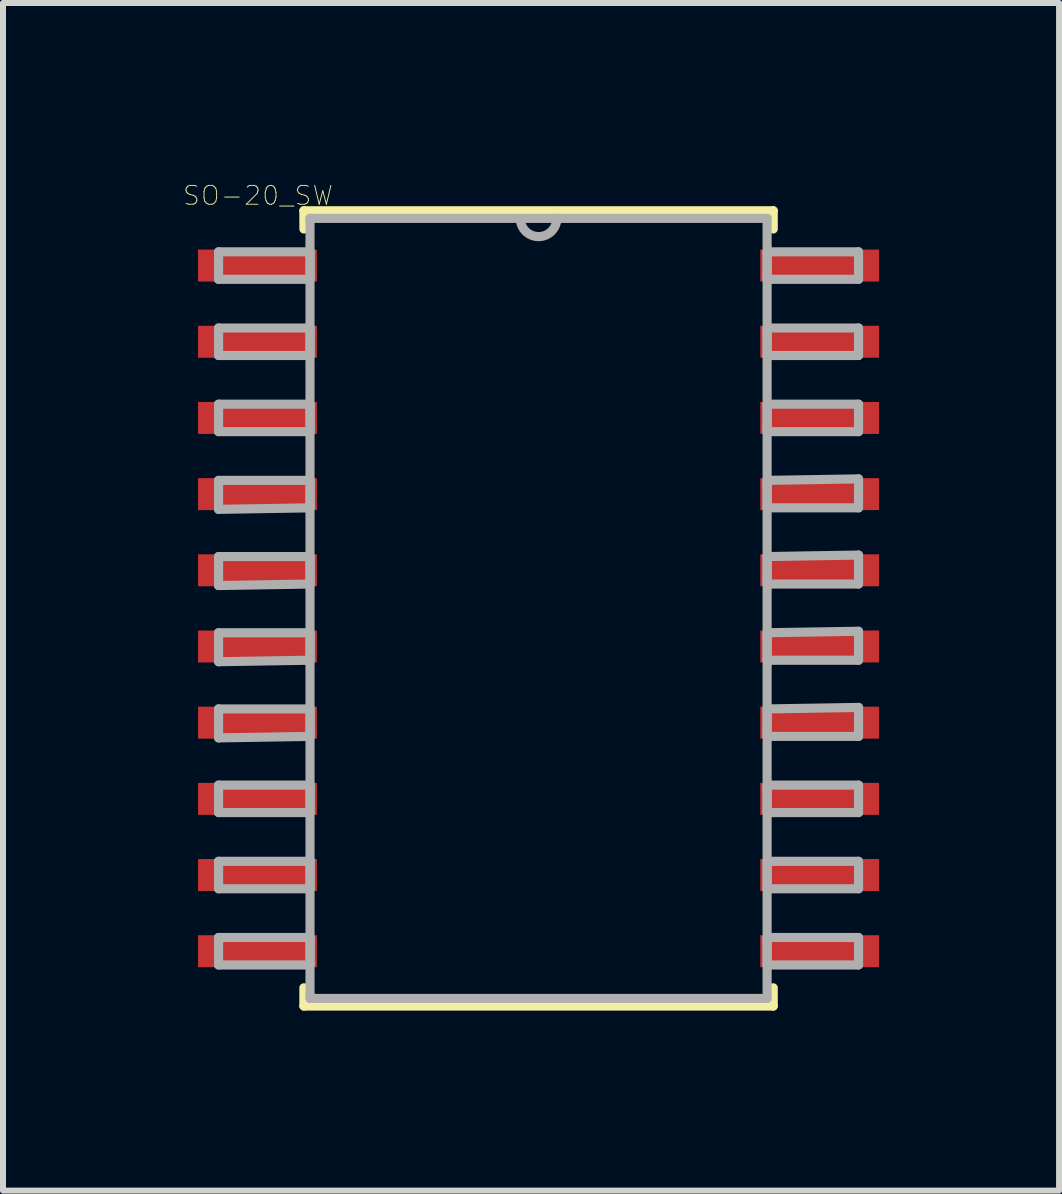
<source format=kicad_pcb>
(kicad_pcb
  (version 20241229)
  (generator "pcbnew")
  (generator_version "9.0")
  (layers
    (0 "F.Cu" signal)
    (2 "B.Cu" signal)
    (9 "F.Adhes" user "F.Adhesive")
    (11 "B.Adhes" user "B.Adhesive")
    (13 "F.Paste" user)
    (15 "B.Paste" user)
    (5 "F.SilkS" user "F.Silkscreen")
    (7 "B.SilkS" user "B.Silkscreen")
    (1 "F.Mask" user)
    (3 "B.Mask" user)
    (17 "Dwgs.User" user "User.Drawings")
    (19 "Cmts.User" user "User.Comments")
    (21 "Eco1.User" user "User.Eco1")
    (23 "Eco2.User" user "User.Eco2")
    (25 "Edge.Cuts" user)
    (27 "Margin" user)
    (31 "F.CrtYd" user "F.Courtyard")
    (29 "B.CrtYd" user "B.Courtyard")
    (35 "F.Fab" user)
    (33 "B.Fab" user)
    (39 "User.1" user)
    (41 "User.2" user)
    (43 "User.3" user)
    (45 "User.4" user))
  (footprint "SO-20_SW"
    (layer "F.Cu")
    (at 5.928 7.092)
    (property "Reference" "SO-20_SW" (at -4.677 -6.882 0) (layer "F.SilkS") (effects (font (size 0.315 0.315) (thickness 0.015))))
    (attr through_hole)
    (fp_line (start -3.912 -6.629) (end -3.912 -6.325) (stroke (width 0.152) (type solid)) (layer "F.SilkS"))
    (fp_line (start -3.912 6.325) (end -3.912 6.629) (stroke (width 0.152) (type solid)) (layer "F.SilkS"))
    (fp_line (start -3.912 6.629) (end 3.912 6.629) (stroke (width 0.152) (type solid)) (layer "F.SilkS"))
    (fp_line (start 3.912 -6.629) (end -3.912 -6.629) (stroke (width 0.152) (type solid)) (layer "F.SilkS"))
    (fp_line (start 3.912 -6.325) (end 3.912 -6.629) (stroke (width 0.152) (type solid)) (layer "F.SilkS"))
    (fp_line (start 3.912 6.629) (end 3.912 6.325) (stroke (width 0.152) (type solid)) (layer "F.SilkS"))
    (fp_line (start -5.334 -5.944) (end -5.334 -5.486) (stroke (width 0.152) (type solid)) (layer "F.Fab"))
    (fp_line (start -5.334 -5.486) (end -3.81 -5.486) (stroke (width 0.152) (type solid)) (layer "F.Fab"))
    (fp_line (start -5.334 -4.674) (end -5.334 -4.216) (stroke (width 0.152) (type solid)) (layer "F.Fab"))
    (fp_line (start -5.334 -4.216) (end -3.81 -4.216) (stroke (width 0.152) (type solid)) (layer "F.Fab"))
    (fp_line (start -5.334 -3.404) (end -5.334 -2.946) (stroke (width 0.152) (type solid)) (layer "F.Fab"))
    (fp_line (start -5.334 -2.946) (end -3.81 -2.946) (stroke (width 0.152) (type solid)) (layer "F.Fab"))
    (fp_line (start -5.334 -2.134) (end -5.334 -1.651) (stroke (width 0.152) (type solid)) (layer "F.Fab"))
    (fp_line (start -5.334 -1.651) (end -3.81 -1.676) (stroke (width 0.152) (type solid)) (layer "F.Fab"))
    (fp_line (start -5.334 -0.864) (end -5.334 -0.381) (stroke (width 0.152) (type solid)) (layer "F.Fab"))
    (fp_line (start -5.334 -0.381) (end -3.81 -0.406) (stroke (width 0.152) (type solid)) (layer "F.Fab"))
    (fp_line (start -5.334 0.406) (end -5.334 0.889) (stroke (width 0.152) (type solid)) (layer "F.Fab"))
    (fp_line (start -5.334 0.889) (end -3.81 0.864) (stroke (width 0.152) (type solid)) (layer "F.Fab"))
    (fp_line (start -5.334 1.676) (end -5.334 2.159) (stroke (width 0.152) (type solid)) (layer "F.Fab"))
    (fp_line (start -5.334 2.159) (end -3.81 2.134) (stroke (width 0.152) (type solid)) (layer "F.Fab"))
    (fp_line (start -5.334 2.946) (end -5.334 3.404) (stroke (width 0.152) (type solid)) (layer "F.Fab"))
    (fp_line (start -5.334 3.404) (end -3.81 3.404) (stroke (width 0.152) (type solid)) (layer "F.Fab"))
    (fp_line (start -5.334 4.216) (end -5.334 4.674) (stroke (width 0.152) (type solid)) (layer "F.Fab"))
    (fp_line (start -5.334 4.674) (end -3.81 4.674) (stroke (width 0.152) (type solid)) (layer "F.Fab"))
    (fp_line (start -5.334 5.486) (end -5.334 5.944) (stroke (width 0.152) (type solid)) (layer "F.Fab"))
    (fp_line (start -5.334 5.944) (end -3.81 5.944) (stroke (width 0.152) (type solid)) (layer "F.Fab"))
    (fp_line (start -3.81 -6.502) (end -3.81 6.502) (stroke (width 0.152) (type solid)) (layer "F.Fab"))
    (fp_line (start -3.81 -5.944) (end -5.334 -5.944) (stroke (width 0.152) (type solid)) (layer "F.Fab"))
    (fp_line (start -3.81 -5.486) (end -3.81 -5.944) (stroke (width 0.152) (type solid)) (layer "F.Fab"))
    (fp_line (start -3.81 -4.674) (end -5.334 -4.674) (stroke (width 0.152) (type solid)) (layer "F.Fab"))
    (fp_line (start -3.81 -4.216) (end -3.81 -4.674) (stroke (width 0.152) (type solid)) (layer "F.Fab"))
    (fp_line (start -3.81 -3.404) (end -5.334 -3.404) (stroke (width 0.152) (type solid)) (layer "F.Fab"))
    (fp_line (start -3.81 -2.946) (end -3.81 -3.404) (stroke (width 0.152) (type solid)) (layer "F.Fab"))
    (fp_line (start -3.81 -2.134) (end -5.334 -2.134) (stroke (width 0.152) (type solid)) (layer "F.Fab"))
    (fp_line (start -3.81 -1.676) (end -3.81 -2.134) (stroke (width 0.152) (type solid)) (layer "F.Fab"))
    (fp_line (start -3.81 -0.864) (end -5.334 -0.864) (stroke (width 0.152) (type solid)) (layer "F.Fab"))
    (fp_line (start -3.81 -0.406) (end -3.81 -0.864) (stroke (width 0.152) (type solid)) (layer "F.Fab"))
    (fp_line (start -3.81 0.406) (end -5.334 0.406) (stroke (width 0.152) (type solid)) (layer "F.Fab"))
    (fp_line (start -3.81 0.864) (end -3.81 0.406) (stroke (width 0.152) (type solid)) (layer "F.Fab"))
    (fp_line (start -3.81 1.676) (end -5.334 1.676) (stroke (width 0.152) (type solid)) (layer "F.Fab"))
    (fp_line (start -3.81 2.134) (end -3.81 1.676) (stroke (width 0.152) (type solid)) (layer "F.Fab"))
    (fp_line (start -3.81 2.946) (end -5.334 2.946) (stroke (width 0.152) (type solid)) (layer "F.Fab"))
    (fp_line (start -3.81 3.404) (end -3.81 2.946) (stroke (width 0.152) (type solid)) (layer "F.Fab"))
    (fp_line (start -3.81 4.216) (end -5.334 4.216) (stroke (width 0.152) (type solid)) (layer "F.Fab"))
    (fp_line (start -3.81 4.674) (end -3.81 4.216) (stroke (width 0.152) (type solid)) (layer "F.Fab"))
    (fp_line (start -3.81 5.486) (end -5.334 5.486) (stroke (width 0.152) (type solid)) (layer "F.Fab"))
    (fp_line (start -3.81 5.944) (end -3.81 5.486) (stroke (width 0.152) (type solid)) (layer "F.Fab"))
    (fp_line (start -3.81 6.502) (end 3.81 6.502) (stroke (width 0.152) (type solid)) (layer "F.Fab"))
    (fp_line (start -0.305 -6.502) (end -3.81 -6.502) (stroke (width 0.152) (type solid)) (layer "F.Fab"))
    (fp_line (start 0.305 -6.502) (end -0.305 -6.502) (stroke (width 0.152) (type solid)) (layer "F.Fab"))
    (fp_line (start 3.81 -6.502) (end 0.305 -6.502) (stroke (width 0.152) (type solid)) (layer "F.Fab"))
    (fp_line (start 3.81 -5.944) (end 3.81 -5.486) (stroke (width 0.152) (type solid)) (layer "F.Fab"))
    (fp_line (start 3.81 -5.486) (end 5.334 -5.486) (stroke (width 0.152) (type solid)) (layer "F.Fab"))
    (fp_line (start 3.81 -4.674) (end 3.81 -4.216) (stroke (width 0.152) (type solid)) (layer "F.Fab"))
    (fp_line (start 3.81 -4.216) (end 5.334 -4.216) (stroke (width 0.152) (type solid)) (layer "F.Fab"))
    (fp_line (start 3.81 -3.404) (end 3.81 -2.946) (stroke (width 0.152) (type solid)) (layer "F.Fab"))
    (fp_line (start 3.81 -2.946) (end 5.334 -2.946) (stroke (width 0.152) (type solid)) (layer "F.Fab"))
    (fp_line (start 3.81 -2.134) (end 3.81 -1.676) (stroke (width 0.152) (type solid)) (layer "F.Fab"))
    (fp_line (start 3.81 -1.676) (end 5.334 -1.676) (stroke (width 0.152) (type solid)) (layer "F.Fab"))
    (fp_line (start 3.81 -0.864) (end 3.81 -0.406) (stroke (width 0.152) (type solid)) (layer "F.Fab"))
    (fp_line (start 3.81 -0.406) (end 5.334 -0.406) (stroke (width 0.152) (type solid)) (layer "F.Fab"))
    (fp_line (start 3.81 0.406) (end 3.81 0.864) (stroke (width 0.152) (type solid)) (layer "F.Fab"))
    (fp_line (start 3.81 0.864) (end 5.334 0.864) (stroke (width 0.152) (type solid)) (layer "F.Fab"))
    (fp_line (start 3.81 1.676) (end 3.81 2.134) (stroke (width 0.152) (type solid)) (layer "F.Fab"))
    (fp_line (start 3.81 2.134) (end 5.334 2.134) (stroke (width 0.152) (type solid)) (layer "F.Fab"))
    (fp_line (start 3.81 2.946) (end 3.81 3.404) (stroke (width 0.152) (type solid)) (layer "F.Fab"))
    (fp_line (start 3.81 3.404) (end 5.334 3.404) (stroke (width 0.152) (type solid)) (layer "F.Fab"))
    (fp_line (start 3.81 4.216) (end 3.81 4.674) (stroke (width 0.152) (type solid)) (layer "F.Fab"))
    (fp_line (start 3.81 4.674) (end 5.334 4.674) (stroke (width 0.152) (type solid)) (layer "F.Fab"))
    (fp_line (start 3.81 5.486) (end 3.81 5.944) (stroke (width 0.152) (type solid)) (layer "F.Fab"))
    (fp_line (start 3.81 5.944) (end 5.334 5.944) (stroke (width 0.152) (type solid)) (layer "F.Fab"))
    (fp_line (start 3.81 6.502) (end 3.81 -6.502) (stroke (width 0.152) (type solid)) (layer "F.Fab"))
    (fp_line (start 5.334 -5.944) (end 3.81 -5.944) (stroke (width 0.152) (type solid)) (layer "F.Fab"))
    (fp_line (start 5.334 -5.486) (end 5.334 -5.944) (stroke (width 0.152) (type solid)) (layer "F.Fab"))
    (fp_line (start 5.334 -4.674) (end 3.81 -4.674) (stroke (width 0.152) (type solid)) (layer "F.Fab"))
    (fp_line (start 5.334 -4.216) (end 5.334 -4.674) (stroke (width 0.152) (type solid)) (layer "F.Fab"))
    (fp_line (start 5.334 -3.404) (end 3.81 -3.404) (stroke (width 0.152) (type solid)) (layer "F.Fab"))
    (fp_line (start 5.334 -2.946) (end 5.334 -3.404) (stroke (width 0.152) (type solid)) (layer "F.Fab"))
    (fp_line (start 5.334 -2.159) (end 3.81 -2.134) (stroke (width 0.152) (type solid)) (layer "F.Fab"))
    (fp_line (start 5.334 -1.676) (end 5.334 -2.159) (stroke (width 0.152) (type solid)) (layer "F.Fab"))
    (fp_line (start 5.334 -0.889) (end 3.81 -0.864) (stroke (width 0.152) (type solid)) (layer "F.Fab"))
    (fp_line (start 5.334 -0.406) (end 5.334 -0.889) (stroke (width 0.152) (type solid)) (layer "F.Fab"))
    (fp_line (start 5.334 0.381) (end 3.81 0.406) (stroke (width 0.152) (type solid)) (layer "F.Fab"))
    (fp_line (start 5.334 0.864) (end 5.334 0.381) (stroke (width 0.152) (type solid)) (layer "F.Fab"))
    (fp_line (start 5.334 1.651) (end 3.81 1.676) (stroke (width 0.152) (type solid)) (layer "F.Fab"))
    (fp_line (start 5.334 2.134) (end 5.334 1.651) (stroke (width 0.152) (type solid)) (layer "F.Fab"))
    (fp_line (start 5.334 2.946) (end 3.81 2.946) (stroke (width 0.152) (type solid)) (layer "F.Fab"))
    (fp_line (start 5.334 3.404) (end 5.334 2.946) (stroke (width 0.152) (type solid)) (layer "F.Fab"))
    (fp_line (start 5.334 4.216) (end 3.81 4.216) (stroke (width 0.152) (type solid)) (layer "F.Fab"))
    (fp_line (start 5.334 4.674) (end 5.334 4.216) (stroke (width 0.152) (type solid)) (layer "F.Fab"))
    (fp_line (start 5.334 5.486) (end 3.81 5.486) (stroke (width 0.152) (type solid)) (layer "F.Fab"))
    (fp_line (start 5.334 5.944) (end 5.334 5.486) (stroke (width 0.152) (type solid)) (layer "F.Fab"))
    (fp_arc (start 0.3048 -6.5024) (mid 0 -6.1976) (end -0.3048 -6.5024) (stroke (width 0.1524) (type solid)) (layer "F.Fab"))
    (pad "1" smd rect (at -4.686 -5.715) (size 1.981 0.533) (layers "F.Cu" "F.Mask" "F.Paste"))
    (pad "2" smd rect (at -4.686 -4.445) (size 1.981 0.533) (layers "F.Cu" "F.Mask" "F.Paste"))
    (pad "3" smd rect (at -4.686 -3.175) (size 1.981 0.533) (layers "F.Cu" "F.Mask" "F.Paste"))
    (pad "4" smd rect (at -4.686 -1.905) (size 1.981 0.533) (layers "F.Cu" "F.Mask" "F.Paste"))
    (pad "5" smd rect (at -4.686 -0.635) (size 1.981 0.533) (layers "F.Cu" "F.Mask" "F.Paste"))
    (pad "6" smd rect (at -4.686 0.635) (size 1.981 0.533) (layers "F.Cu" "F.Mask" "F.Paste"))
    (pad "7" smd rect (at -4.686 1.905) (size 1.981 0.533) (layers "F.Cu" "F.Mask" "F.Paste"))
    (pad "8" smd rect (at -4.686 3.175) (size 1.981 0.533) (layers "F.Cu" "F.Mask" "F.Paste"))
    (pad "9" smd rect (at -4.686 4.445) (size 1.981 0.533) (layers "F.Cu" "F.Mask" "F.Paste"))
    (pad "10" smd rect (at -4.686 5.715) (size 1.981 0.533) (layers "F.Cu" "F.Mask" "F.Paste"))
    (pad "11" smd rect (at 4.686 5.715) (size 1.981 0.533) (layers "F.Cu" "F.Mask" "F.Paste"))
    (pad "12" smd rect (at 4.686 4.445) (size 1.981 0.533) (layers "F.Cu" "F.Mask" "F.Paste"))
    (pad "13" smd rect (at 4.686 3.175) (size 1.981 0.533) (layers "F.Cu" "F.Mask" "F.Paste"))
    (pad "14" smd rect (at 4.686 1.905) (size 1.981 0.533) (layers "F.Cu" "F.Mask" "F.Paste"))
    (pad "15" smd rect (at 4.686 0.635) (size 1.981 0.533) (layers "F.Cu" "F.Mask" "F.Paste"))
    (pad "16" smd rect (at 4.686 -0.635) (size 1.981 0.533) (layers "F.Cu" "F.Mask" "F.Paste"))
    (pad "17" smd rect (at 4.686 -1.905) (size 1.981 0.533) (layers "F.Cu" "F.Mask" "F.Paste"))
    (pad "18" smd rect (at 4.686 -3.175) (size 1.981 0.533) (layers "F.Cu" "F.Mask" "F.Paste"))
    (pad "19" smd rect (at 4.686 -4.445) (size 1.981 0.533) (layers "F.Cu" "F.Mask" "F.Paste"))
    (pad "20" smd rect (at 4.686 -5.715) (size 1.981 0.533) (layers "F.Cu" "F.Mask" "F.Paste")))
  (gr_rect
    (start -3 -3)
    (end 14.605 16.798)
    (stroke (width 0.1) (type default))
    (fill no)
    (layer "Edge.Cuts")))
</source>
